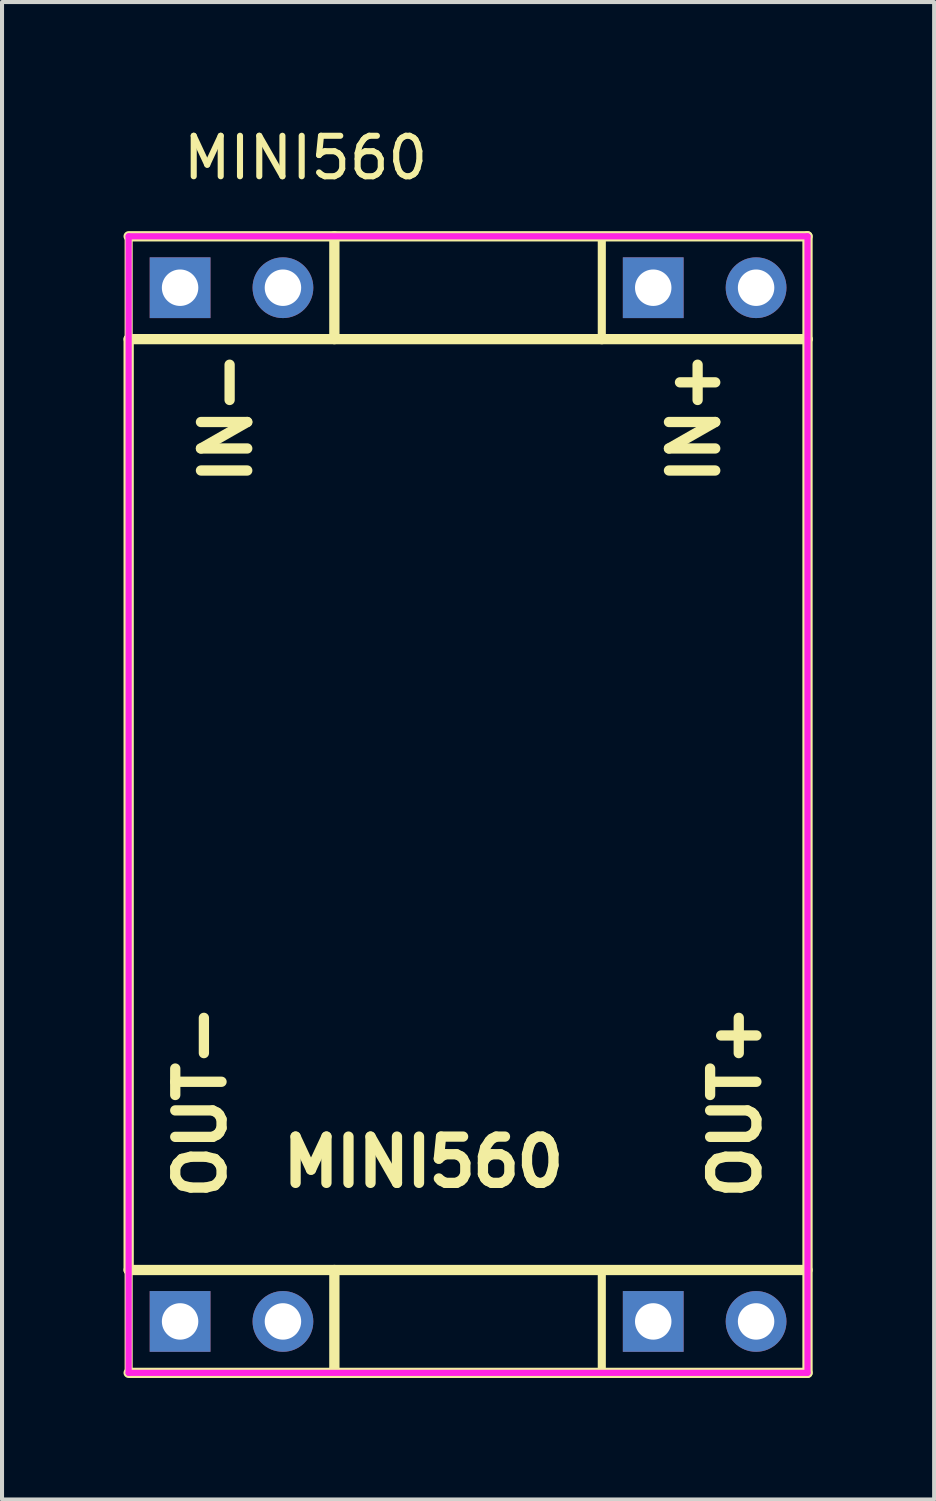
<source format=kicad_pcb>
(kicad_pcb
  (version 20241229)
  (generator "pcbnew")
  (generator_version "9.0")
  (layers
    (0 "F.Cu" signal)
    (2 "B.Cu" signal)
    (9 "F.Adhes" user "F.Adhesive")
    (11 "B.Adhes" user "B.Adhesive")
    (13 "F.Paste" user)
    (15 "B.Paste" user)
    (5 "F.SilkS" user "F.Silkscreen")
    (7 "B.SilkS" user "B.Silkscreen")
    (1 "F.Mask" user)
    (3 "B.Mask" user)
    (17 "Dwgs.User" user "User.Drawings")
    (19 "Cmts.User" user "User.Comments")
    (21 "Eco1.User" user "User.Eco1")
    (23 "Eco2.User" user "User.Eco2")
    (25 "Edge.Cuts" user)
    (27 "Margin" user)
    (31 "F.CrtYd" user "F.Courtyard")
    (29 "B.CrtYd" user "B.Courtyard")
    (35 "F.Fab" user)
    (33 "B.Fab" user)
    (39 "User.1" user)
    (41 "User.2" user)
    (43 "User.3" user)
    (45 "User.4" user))
  (footprint "MINI560"
    (layer "F.Cu")
    (at 1.397 4.055)
    (property "Reference" "MINI560" (at 0 -3.207 0) (layer "F.SilkS") (effects (font (size 1 1) (thickness 0.15)) (justify left)))
    (attr through_hole)
    (fp_line (start -1.27 -1.27) (end -1.27 1.27) (stroke (width 0.2) (type solid)) (layer "F.SilkS"))
    (fp_line (start -1.27 -1.27) (end 15.494 -1.27) (stroke (width 0.254) (type solid)) (layer "F.SilkS"))
    (fp_line (start -1.27 1.27) (end -1.27 24.257) (stroke (width 0.254) (type solid)) (layer "F.SilkS"))
    (fp_line (start -1.27 24.257) (end -1.27 26.797) (stroke (width 0.2) (type solid)) (layer "F.SilkS"))
    (fp_line (start -1.27 24.257) (end 15.494 24.257) (stroke (width 0.254) (type solid)) (layer "F.SilkS"))
    (fp_line (start -1.27 26.797) (end 6.35 26.797) (stroke (width 0.2) (type solid)) (layer "F.SilkS"))
    (fp_line (start 3.81 -1.27) (end 3.81 1.27) (stroke (width 0.254) (type solid)) (layer "F.SilkS"))
    (fp_line (start 3.81 24.257) (end 3.81 26.797) (stroke (width 0.254) (type solid)) (layer "F.SilkS"))
    (fp_line (start 6.35 24.257) (end -1.27 24.257) (stroke (width 0.2) (type solid)) (layer "F.SilkS"))
    (fp_line (start 10.414 -1.27) (end 10.414 1.27) (stroke (width 0.2) (type solid)) (layer "F.SilkS"))
    (fp_line (start 10.414 1.27) (end -1.27 1.27) (stroke (width 0.254) (type solid)) (layer "F.SilkS"))
    (fp_line (start 10.414 24.257) (end 10.414 26.797) (stroke (width 0.2) (type solid)) (layer "F.SilkS"))
    (fp_line (start 15.494 -1.27) (end 15.494 1.27) (stroke (width 0.254) (type solid)) (layer "F.SilkS"))
    (fp_line (start 15.494 1.27) (end 10.414 1.27) (stroke (width 0.254) (type solid)) (layer "F.SilkS"))
    (fp_line (start 15.494 1.27) (end 15.494 26.797) (stroke (width 0.254) (type solid)) (layer "F.SilkS"))
    (fp_line (start 15.494 26.797) (end -1.27 26.797) (stroke (width 0.254) (type solid)) (layer "F.SilkS"))
    (fp_line (start -1.27 -1.27) (end 15.494 -1.27) (stroke (width 0.152) (type solid)) (layer "F.CrtYd"))
    (fp_line (start -1.27 26.797) (end -1.27 -1.27) (stroke (width 0.152) (type solid)) (layer "F.CrtYd"))
    (fp_line (start 15.494 -1.27) (end 15.494 26.797) (stroke (width 0.152) (type solid)) (layer "F.CrtYd"))
    (fp_line (start 15.494 26.797) (end -1.27 26.797) (stroke (width 0.152) (type solid)) (layer "F.CrtYd"))
    (fp_text user "IN-" (at 1.143 4.953 90) (layer "F.SilkS") (effects (font (size 1.143 1.143) (thickness 0.254)) (justify left)))
    (fp_text user "OUT-" (at 0.508 22.606 90) (layer "F.SilkS") (effects (font (size 1.143 1.143) (thickness 0.254)) (justify left)))
    (fp_text user "IN+" (at 12.7 4.953 90) (layer "F.SilkS") (effects (font (size 1.143 1.143) (thickness 0.254)) (justify left)))
    (fp_text user "OUT+" (at 13.716 22.606 90) (layer "F.SilkS") (effects (font (size 1.143 1.143) (thickness 0.254)) (justify left)))
    (fp_text user "MINI560" (at 2.413 21.59 0) (layer "F.SilkS") (effects (font (size 1.143 1.143) (thickness 0.254)) (justify left)))
    (pad "1" thru_hole rect (at 0 0) (size 1.5 1.5) (drill oval 0.9) (layers "*.Cu" "*.Mask"))
    (pad "2" thru_hole circle (at 2.54 0) (size 1.5 1.5) (drill oval 0.9) (layers "*.Cu" "*.Mask"))
    (pad "3" thru_hole rect (at 0 25.527) (size 1.5 1.5) (drill oval 0.9) (layers "*.Cu" "*.Mask"))
    (pad "4" thru_hole circle (at 2.54 25.527) (size 1.5 1.5) (drill oval 0.9) (layers "*.Cu" "*.Mask"))
    (pad "5" thru_hole rect (at 11.684 25.527) (size 1.5 1.5) (drill oval 0.9) (layers "*.Cu" "*.Mask"))
    (pad "6" thru_hole circle (at 14.224 25.527) (size 1.5 1.5) (drill oval 0.9) (layers "*.Cu" "*.Mask"))
    (pad "7" thru_hole rect (at 11.684 0) (size 1.5 1.5) (drill oval 0.9) (layers "*.Cu" "*.Mask"))
    (pad "8" thru_hole circle (at 14.224 0) (size 1.5 1.5) (drill oval 0.9) (layers "*.Cu" "*.Mask")))
  (gr_rect
    (start -3 -3)
    (end 20.018 33.979)
    (stroke (width 0.1) (type default))
    (fill no)
    (layer "Edge.Cuts")))
</source>
